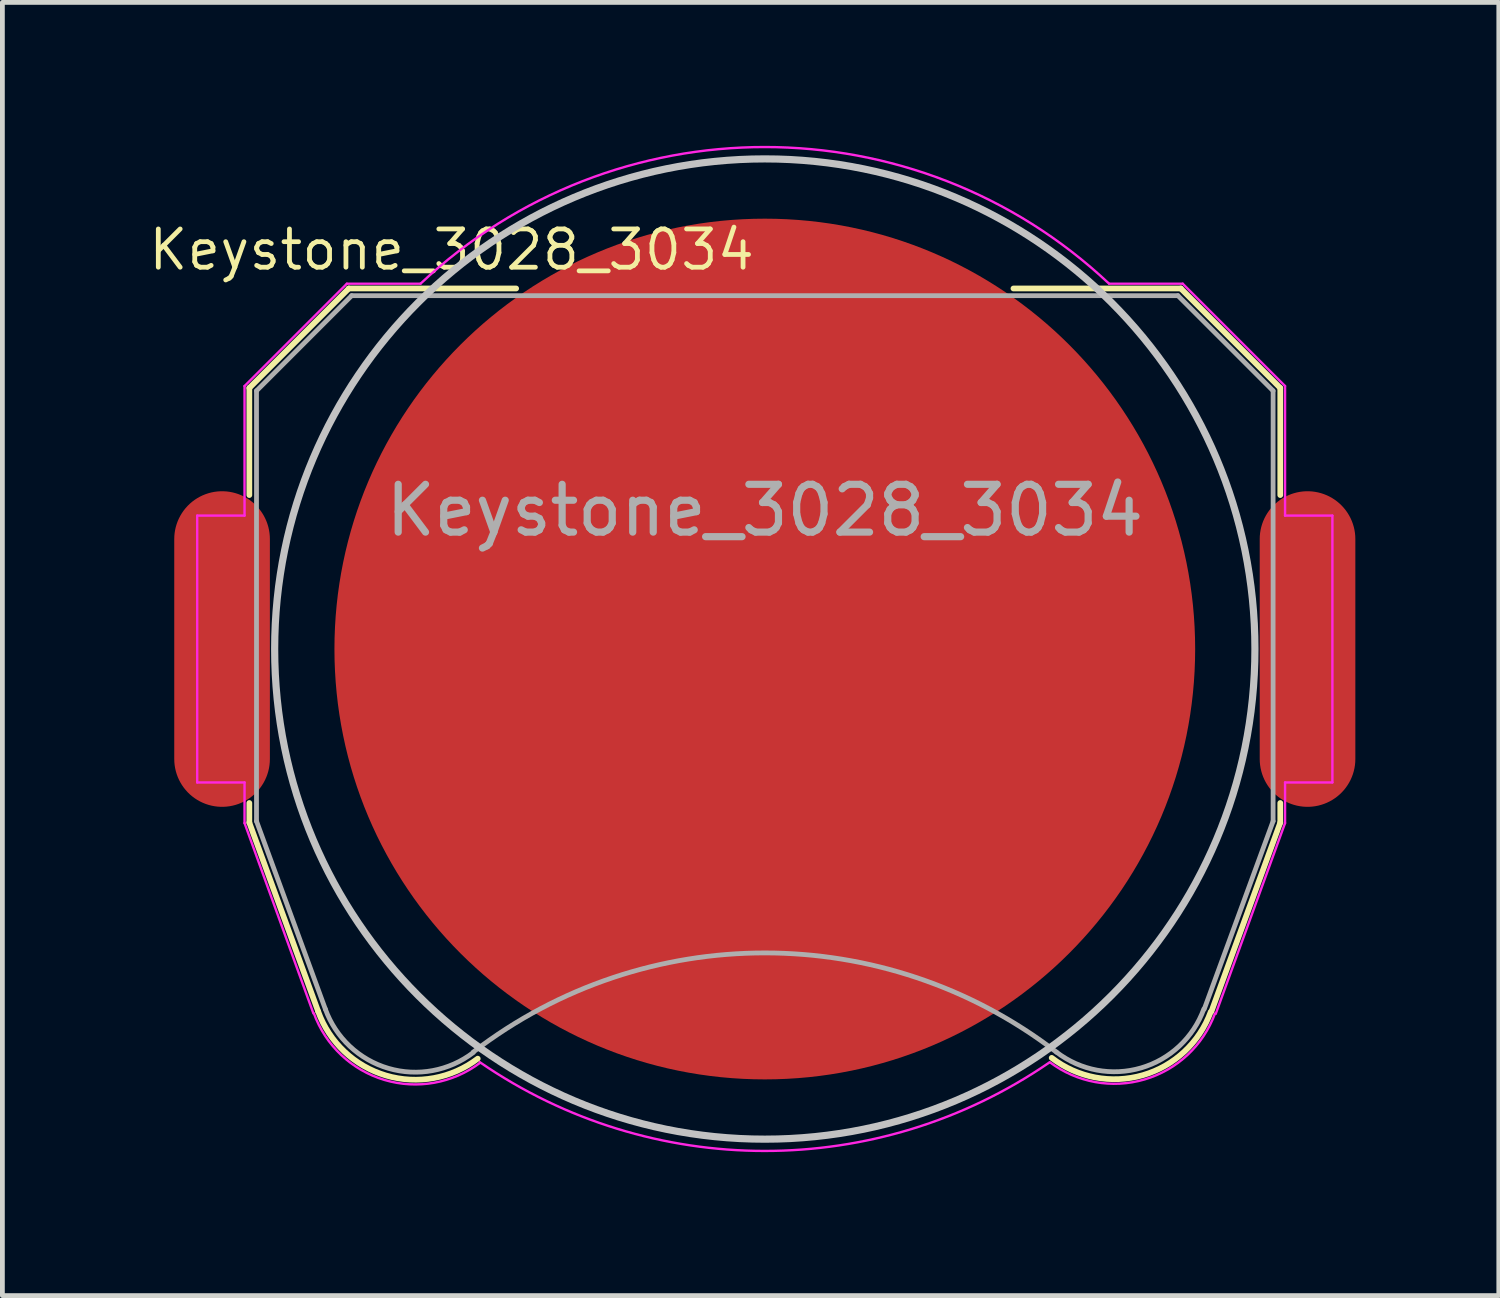
<source format=kicad_pcb>
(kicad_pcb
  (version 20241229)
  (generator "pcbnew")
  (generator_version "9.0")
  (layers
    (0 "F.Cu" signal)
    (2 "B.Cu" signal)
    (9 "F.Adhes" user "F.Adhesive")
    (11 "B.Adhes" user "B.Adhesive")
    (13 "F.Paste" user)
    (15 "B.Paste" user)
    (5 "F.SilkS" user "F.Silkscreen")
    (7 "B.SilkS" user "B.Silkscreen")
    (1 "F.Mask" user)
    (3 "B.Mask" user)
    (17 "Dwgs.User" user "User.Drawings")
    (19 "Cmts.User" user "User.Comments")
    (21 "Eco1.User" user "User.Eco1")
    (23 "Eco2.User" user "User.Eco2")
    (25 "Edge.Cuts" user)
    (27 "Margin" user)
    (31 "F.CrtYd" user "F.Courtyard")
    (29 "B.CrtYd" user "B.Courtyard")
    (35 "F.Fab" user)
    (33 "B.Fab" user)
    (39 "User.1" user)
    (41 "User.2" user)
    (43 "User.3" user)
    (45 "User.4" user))
  (footprint "Keystone_3028_3034"
    (layer "F.Cu")
    (at 12.944 10.523)
    (property "Reference" "Keystone_3028_3034" (at -6.55 -8.35 180) (layer "F.SilkS") (effects (font (size 0.8 0.8) (thickness 0.1))))
    (attr smd)
    (fp_line (start -10.78 -5.46) (end -10.78 -3.22) (stroke (width 0.12) (type solid)) (layer "F.SilkS"))
    (fp_line (start -10.78 3.22) (end -10.78 3.63) (stroke (width 0.12) (type solid)) (layer "F.SilkS"))
    (fp_line (start -10.78 3.63) (end -9.34 7.58) (stroke (width 0.12) (type solid)) (layer "F.SilkS"))
    (fp_line (start -8.7 -7.54) (end -10.78 -5.46) (stroke (width 0.12) (type solid)) (layer "F.SilkS"))
    (fp_line (start -5.2 -7.54) (end -8.7 -7.54) (stroke (width 0.12) (type solid)) (layer "F.SilkS"))
    (fp_line (start 8.7 -7.54) (end 5.2 -7.54) (stroke (width 0.12) (type solid)) (layer "F.SilkS"))
    (fp_line (start 8.7 -7.54) (end 10.78 -5.46) (stroke (width 0.12) (type solid)) (layer "F.SilkS"))
    (fp_line (start 10.78 -5.46) (end 10.78 -3.22) (stroke (width 0.12) (type solid)) (layer "F.SilkS"))
    (fp_line (start 10.78 3.22) (end 10.78 3.63) (stroke (width 0.12) (type solid)) (layer "F.SilkS"))
    (fp_line (start 10.78 3.63) (end 9.34 7.58) (stroke (width 0.12) (type solid)) (layer "F.SilkS"))
    (fp_arc (start -6.003354 8.56653) (mid -7.921654 8.918738) (end -9.34 7.58) (stroke (width 0.12) (type solid)) (layer "F.SilkS"))
    (fp_arc (start 9.325243 7.588169) (mid 7.90634 8.911668) (end 6 8.55) (stroke (width 0.12) (type solid)) (layer "F.SilkS"))
    (fp_circle (center 0 0) (end 0 10.25) (stroke (width 0.15) (type solid)) (fill no) (layer "Dwgs.User"))
    (fp_line (start -11.87 -2.79) (end -11.87 2.79) (stroke (width 0.05) (type solid)) (layer "F.CrtYd"))
    (fp_line (start -11.87 2.79) (end -10.88 2.79) (stroke (width 0.05) (type solid)) (layer "F.CrtYd"))
    (fp_line (start -10.88 -5.5) (end -10.88 -2.79) (stroke (width 0.05) (type solid)) (layer "F.CrtYd"))
    (fp_line (start -10.88 -2.79) (end -11.87 -2.79) (stroke (width 0.05) (type solid)) (layer "F.CrtYd"))
    (fp_line (start -10.88 2.79) (end -10.88 3.64) (stroke (width 0.05) (type solid)) (layer "F.CrtYd"))
    (fp_line (start -10.88 3.64) (end -9.44 7.62) (stroke (width 0.05) (type solid)) (layer "F.CrtYd"))
    (fp_line (start -8.74 -7.64) (end -10.88 -5.5) (stroke (width 0.05) (type solid)) (layer "F.CrtYd"))
    (fp_line (start -7.2 -7.64) (end -8.74 -7.64) (stroke (width 0.05) (type solid)) (layer "F.CrtYd"))
    (fp_line (start 8.74 -7.64) (end 7.2 -7.64) (stroke (width 0.05) (type solid)) (layer "F.CrtYd"))
    (fp_line (start 9.43 7.63) (end 10.88 3.64) (stroke (width 0.05) (type solid)) (layer "F.CrtYd"))
    (fp_line (start 10.88 -5.5) (end 8.74 -7.64) (stroke (width 0.05) (type solid)) (layer "F.CrtYd"))
    (fp_line (start 10.88 -2.79) (end 10.88 -5.5) (stroke (width 0.05) (type solid)) (layer "F.CrtYd"))
    (fp_line (start 10.88 2.79) (end 11.87 2.79) (stroke (width 0.05) (type solid)) (layer "F.CrtYd"))
    (fp_line (start 10.88 3.64) (end 10.88 2.79) (stroke (width 0.05) (type solid)) (layer "F.CrtYd"))
    (fp_line (start 11.87 -2.79) (end 10.88 -2.79) (stroke (width 0.05) (type solid)) (layer "F.CrtYd"))
    (fp_line (start 11.87 2.79) (end 11.87 -2.79) (stroke (width 0.05) (type solid)) (layer "F.CrtYd"))
    (fp_arc (start -7.199546 -7.640427) (mid 0.000312 -10.498075) (end 7.2 -7.64) (stroke (width 0.05) (type solid)) (layer "F.CrtYd"))
    (fp_arc (start -5.956965 8.654604) (mid -7.953941 9.011629) (end -9.43 7.62) (stroke (width 0.05) (type solid)) (layer "F.CrtYd"))
    (fp_arc (start 5.945368 8.650075) (mid -0.008883 10.496243) (end -5.96 8.64) (stroke (width 0.05) (type solid)) (layer "F.CrtYd"))
    (fp_arc (start 9.415144 7.621341) (mid 7.944017 9.000493) (end 5.96 8.64) (stroke (width 0.05) (type solid)) (layer "F.CrtYd"))
    (fp_line (start -10.63 -5.4) (end -8.64 -7.39) (stroke (width 0.1) (type solid)) (layer "F.Fab"))
    (fp_line (start -10.63 3.6) (end -10.63 -5.4) (stroke (width 0.1) (type solid)) (layer "F.Fab"))
    (fp_line (start -9.19 7.53) (end -10.63 3.6) (stroke (width 0.1) (type solid)) (layer "F.Fab"))
    (fp_line (start -8.64 -7.39) (end 8.64 -7.39) (stroke (width 0.1) (type solid)) (layer "F.Fab"))
    (fp_line (start 8.64 -7.39) (end 10.63 -5.4) (stroke (width 0.1) (type solid)) (layer "F.Fab"))
    (fp_line (start 10.63 -5.4) (end 10.63 3.6) (stroke (width 0.1) (type solid)) (layer "F.Fab"))
    (fp_line (start 10.63 3.6) (end 9.19 7.53) (stroke (width 0.1) (type solid)) (layer "F.Fab"))
    (fp_arc (start -6.096146 8.438508) (mid -7.87328 8.768206) (end -9.19 7.53) (stroke (width 0.1) (type solid)) (layer "F.Fab"))
    (fp_arc (start -6.094852 8.426043) (mid 0.003247 6.355257) (end 6.1 8.43) (stroke (width 0.1) (type solid)) (layer "F.Fab"))
    (fp_arc (start 9.180727 7.528882) (mid 7.868698 8.760067) (end 6.1 8.43) (stroke (width 0.1) (type solid)) (layer "F.Fab"))
    (fp_text user "${REFERENCE}" (at 0 -2.9 0) (layer "F.Fab") (effects (font (size 1 1) (thickness 0.15))))
    (pad "1" smd oval (at -11.35 0) (size 2 6.6) (layers "F.Cu" "F.Mask" "F.Paste"))
    (pad "1" smd oval (at 11.35 0) (size 2 6.6) (layers "F.Cu" "F.Mask" "F.Paste"))
    (pad "2" smd circle (at 0 0) (size 18 18) (layers "F.Cu" "F.Mask")))
  (gr_rect
    (start -3 -3)
    (end 28.294 24.044)
    (stroke (width 0.1) (type default))
    (fill no)
    (layer "Edge.Cuts")))
</source>
